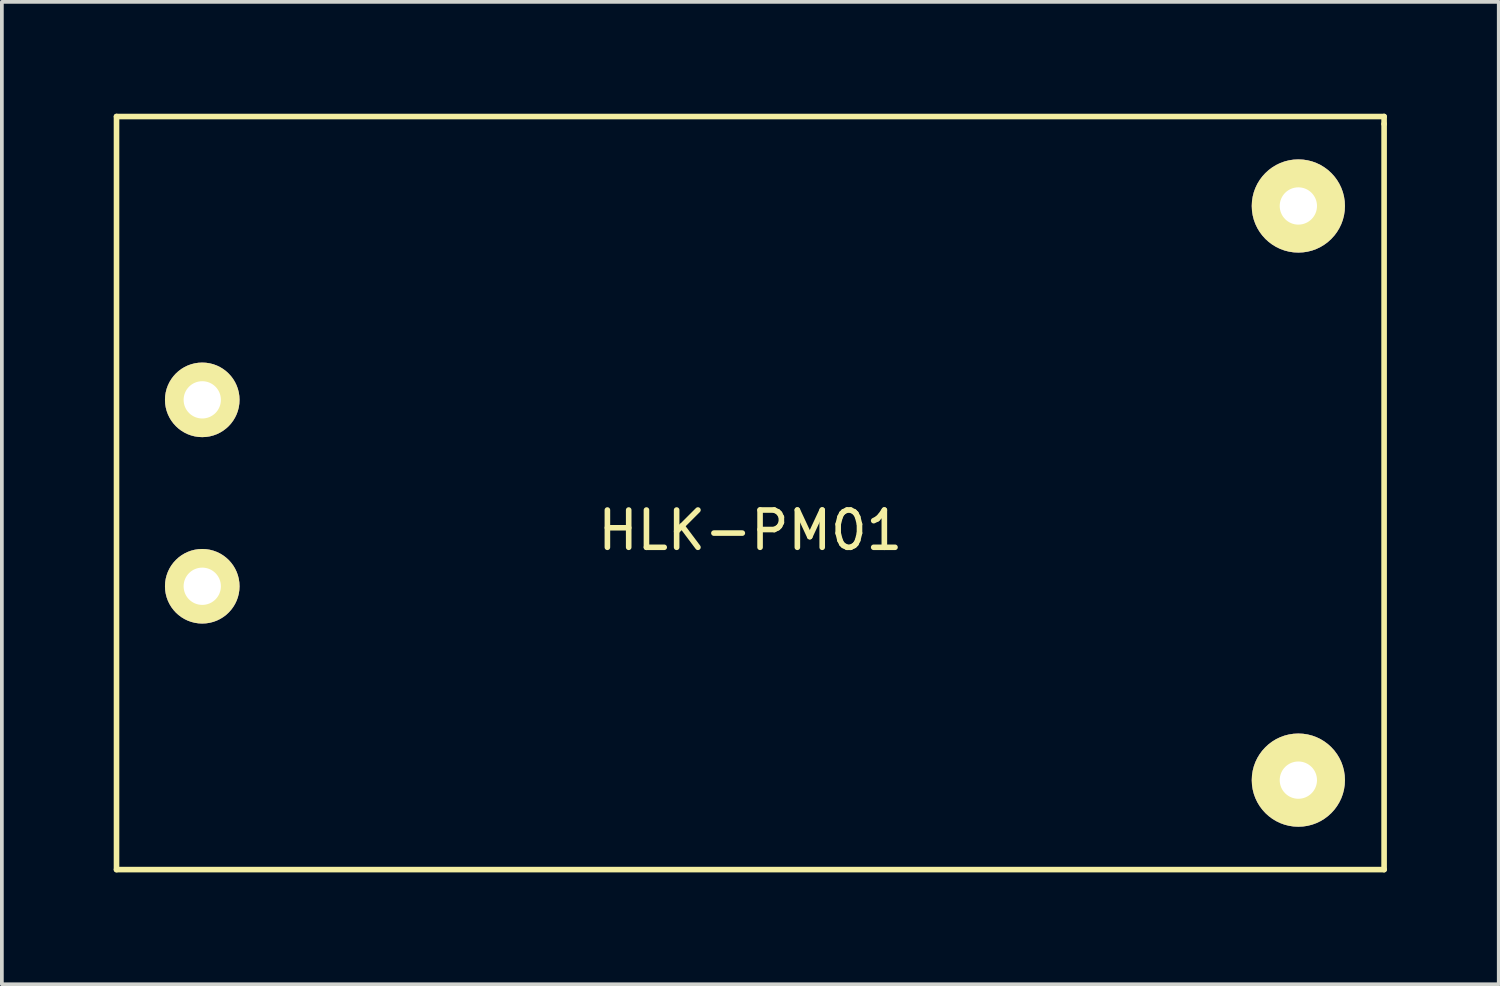
<source format=kicad_pcb>
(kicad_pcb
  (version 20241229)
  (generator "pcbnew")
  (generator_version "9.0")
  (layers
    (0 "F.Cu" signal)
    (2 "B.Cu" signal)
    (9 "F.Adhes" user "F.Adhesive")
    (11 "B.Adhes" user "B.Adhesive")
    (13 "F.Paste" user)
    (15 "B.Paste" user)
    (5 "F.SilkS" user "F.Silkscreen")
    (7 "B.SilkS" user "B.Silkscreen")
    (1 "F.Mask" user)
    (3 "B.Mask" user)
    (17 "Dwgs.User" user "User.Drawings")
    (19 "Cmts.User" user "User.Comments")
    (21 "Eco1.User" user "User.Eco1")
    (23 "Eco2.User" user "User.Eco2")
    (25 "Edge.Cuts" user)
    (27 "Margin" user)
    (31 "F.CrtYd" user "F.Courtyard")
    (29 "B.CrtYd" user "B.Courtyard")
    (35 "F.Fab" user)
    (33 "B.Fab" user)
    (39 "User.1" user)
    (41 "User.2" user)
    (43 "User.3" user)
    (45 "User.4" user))
  (footprint "HLK-PM01"
    (layer "F.Cu")
    (at 17.075 10.175)
    (property "Reference" "HLK-PM01" (at 0 1 0) (layer "F.SilkS") (effects (font (size 1 1) (thickness 0.15))))
    (attr through_hole)
    (fp_line (start -17 -10.1) (end -17 10.1) (stroke (width 0.15) (type solid)) (layer "F.SilkS"))
    (fp_line (start -17 10.1) (end 17 10.1) (stroke (width 0.15) (type solid)) (layer "F.SilkS"))
    (fp_line (start 17 -10.1) (end -17 -10.1) (stroke (width 0.15) (type solid)) (layer "F.SilkS"))
    (fp_line (start 17 -9.9) (end 17 -10.1) (stroke (width 0.15) (type solid)) (layer "F.SilkS"))
    (fp_line (start 17 10.1) (end 17 -9.9) (stroke (width 0.15) (type solid)) (layer "F.SilkS"))
    (pad "1" thru_hole circle (at -14.7 -2.5) (size 2 2) (drill 1) (layers "*.Cu" "*.Mask" "F.SilkS"))
    (pad "2" thru_hole circle (at -14.7 2.5) (size 2 2) (drill 1) (layers "*.Cu" "*.Mask" "F.SilkS"))
    (pad "3" thru_hole circle (at 14.7 -7.7) (size 2.5 2.5) (drill 1) (layers "*.Cu" "*.Mask" "F.SilkS"))
    (pad "4" thru_hole circle (at 14.7 7.7) (size 2.5 2.5) (drill 1) (layers "*.Cu" "*.Mask" "F.SilkS")))
  (gr_rect
    (start -3 -3)
    (end 37.15 23.35)
    (stroke (width 0.1) (type default))
    (fill no)
    (layer "Edge.Cuts")))
</source>
